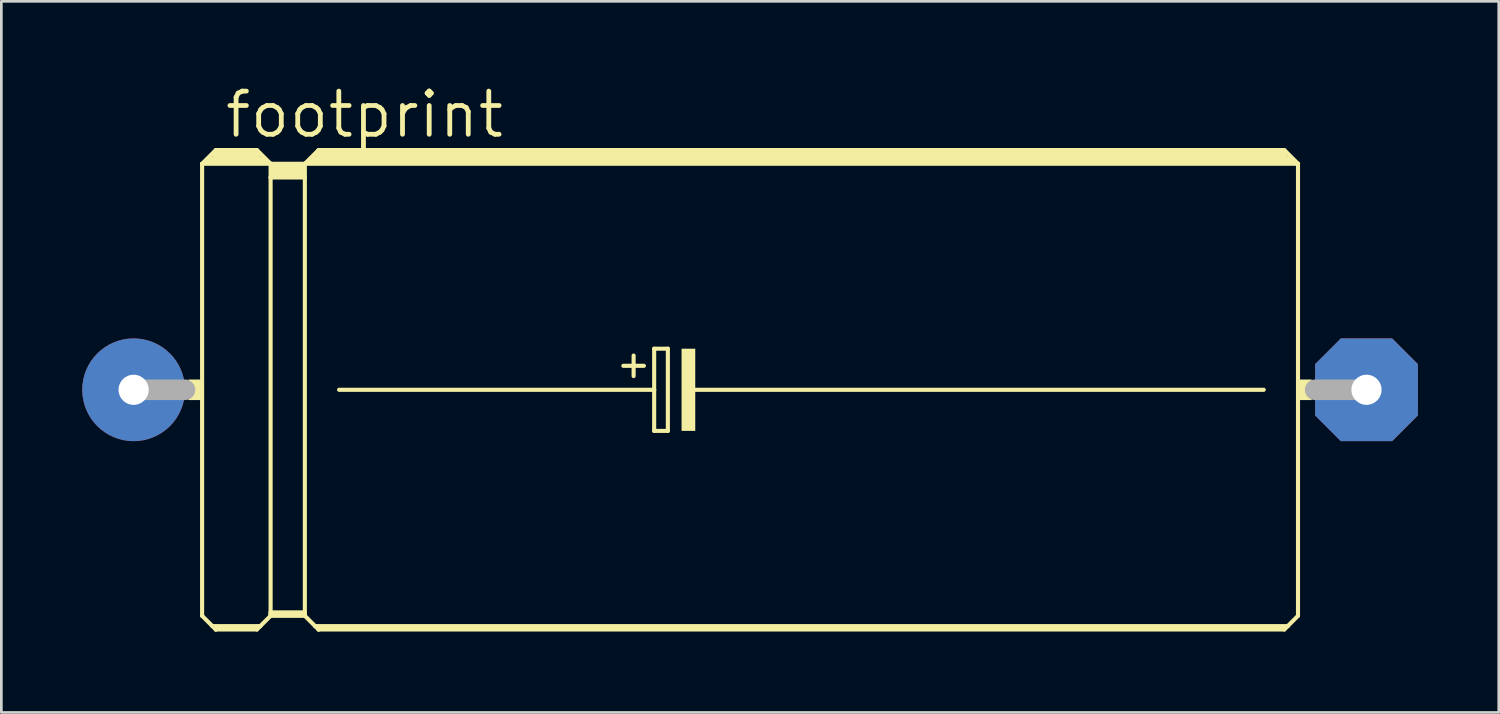
<source format=kicad_pcb>
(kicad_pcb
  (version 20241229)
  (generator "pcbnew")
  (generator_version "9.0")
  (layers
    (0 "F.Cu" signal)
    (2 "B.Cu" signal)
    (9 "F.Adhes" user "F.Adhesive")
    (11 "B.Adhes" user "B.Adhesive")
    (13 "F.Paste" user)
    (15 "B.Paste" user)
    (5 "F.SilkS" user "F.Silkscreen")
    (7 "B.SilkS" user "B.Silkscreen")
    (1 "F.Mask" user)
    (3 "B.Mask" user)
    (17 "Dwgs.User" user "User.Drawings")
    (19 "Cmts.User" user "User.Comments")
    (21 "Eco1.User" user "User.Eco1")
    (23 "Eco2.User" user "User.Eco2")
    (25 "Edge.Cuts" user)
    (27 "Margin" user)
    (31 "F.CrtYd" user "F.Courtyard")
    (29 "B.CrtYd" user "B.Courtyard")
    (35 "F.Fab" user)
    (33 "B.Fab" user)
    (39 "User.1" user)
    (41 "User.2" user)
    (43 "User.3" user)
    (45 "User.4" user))
  (footprint "footprint"
    (layer "F.Cu")
    (at 24.765 11.405)
    (property "Reference" "footprint" (at -19.558 -9.271 0) (layer "F.SilkS") (effects (font (size 1.6 1.6) (thickness 0.178)) (justify left bottom)))
    (fp_line (start -20.32 -8.382) (end -20.32 8.382) (stroke (width 0.152) (type solid)) (layer "F.SilkS"))
    (fp_line (start -20.32 -8.382) (end -19.812 -8.89) (stroke (width 0.152) (type solid)) (layer "F.SilkS"))
    (fp_line (start -20.32 -8.382) (end -17.78 -8.382) (stroke (width 0.152) (type solid)) (layer "F.SilkS"))
    (fp_line (start -20.32 8.382) (end -19.939 8.763) (stroke (width 0.152) (type solid)) (layer "F.SilkS"))
    (fp_line (start -20.066 -8.509) (end -18.034 -8.509) (stroke (width 0.305) (type solid)) (layer "F.SilkS"))
    (fp_line (start -19.939 8.763) (end -19.812 8.89) (stroke (width 0.152) (type solid)) (layer "F.SilkS"))
    (fp_line (start -19.939 8.763) (end -18.161 8.763) (stroke (width 0.152) (type solid)) (layer "F.SilkS"))
    (fp_line (start -19.812 -8.89) (end -18.288 -8.89) (stroke (width 0.152) (type solid)) (layer "F.SilkS"))
    (fp_line (start -19.812 -8.763) (end -18.288 -8.763) (stroke (width 0.305) (type solid)) (layer "F.SilkS"))
    (fp_line (start -19.812 8.839) (end -18.288 8.839) (stroke (width 0.152) (type solid)) (layer "F.SilkS"))
    (fp_line (start -19.812 8.89) (end -19.812 8.839) (stroke (width 0.152) (type solid)) (layer "F.SilkS"))
    (fp_line (start -19.812 8.89) (end -18.288 8.89) (stroke (width 0.152) (type solid)) (layer "F.SilkS"))
    (fp_line (start -18.288 -8.89) (end -17.78 -8.382) (stroke (width 0.152) (type solid)) (layer "F.SilkS"))
    (fp_line (start -18.288 8.89) (end -18.161 8.763) (stroke (width 0.152) (type solid)) (layer "F.SilkS"))
    (fp_line (start -18.161 8.763) (end -17.78 8.382) (stroke (width 0.152) (type solid)) (layer "F.SilkS"))
    (fp_line (start -17.78 -8.382) (end -16.51 -8.382) (stroke (width 0.152) (type solid)) (layer "F.SilkS"))
    (fp_line (start -17.78 -7.874) (end -17.78 -8.382) (stroke (width 0.152) (type solid)) (layer "F.SilkS"))
    (fp_line (start -17.78 -7.874) (end -16.51 -7.874) (stroke (width 0.152) (type solid)) (layer "F.SilkS"))
    (fp_line (start -17.78 8.255) (end -17.78 -7.874) (stroke (width 0.152) (type solid)) (layer "F.SilkS"))
    (fp_line (start -17.78 8.255) (end -16.51 8.255) (stroke (width 0.152) (type solid)) (layer "F.SilkS"))
    (fp_line (start -17.78 8.331) (end -17.78 8.255) (stroke (width 0.152) (type solid)) (layer "F.SilkS"))
    (fp_line (start -17.78 8.331) (end -16.51 8.331) (stroke (width 0.152) (type solid)) (layer "F.SilkS"))
    (fp_line (start -17.78 8.382) (end -17.78 8.331) (stroke (width 0.152) (type solid)) (layer "F.SilkS"))
    (fp_line (start -17.78 8.382) (end -16.51 8.382) (stroke (width 0.152) (type solid)) (layer "F.SilkS"))
    (fp_line (start -17.653 -8.255) (end -16.637 -8.255) (stroke (width 0.305) (type solid)) (layer "F.SilkS"))
    (fp_line (start -17.653 -8.001) (end -16.637 -8.001) (stroke (width 0.305) (type solid)) (layer "F.SilkS"))
    (fp_line (start -16.51 -8.382) (end -16.002 -8.89) (stroke (width 0.152) (type solid)) (layer "F.SilkS"))
    (fp_line (start -16.51 -8.382) (end 20.32 -8.382) (stroke (width 0.152) (type solid)) (layer "F.SilkS"))
    (fp_line (start -16.51 -7.874) (end -16.51 -8.382) (stroke (width 0.152) (type solid)) (layer "F.SilkS"))
    (fp_line (start -16.51 8.255) (end -16.51 -7.874) (stroke (width 0.152) (type solid)) (layer "F.SilkS"))
    (fp_line (start -16.51 8.331) (end -16.51 8.255) (stroke (width 0.152) (type solid)) (layer "F.SilkS"))
    (fp_line (start -16.51 8.382) (end -16.51 8.331) (stroke (width 0.152) (type solid)) (layer "F.SilkS"))
    (fp_line (start -16.51 8.382) (end -16.129 8.763) (stroke (width 0.152) (type solid)) (layer "F.SilkS"))
    (fp_line (start -16.256 -8.509) (end 20.066 -8.509) (stroke (width 0.305) (type solid)) (layer "F.SilkS"))
    (fp_line (start -16.129 8.763) (end -16.002 8.89) (stroke (width 0.152) (type solid)) (layer "F.SilkS"))
    (fp_line (start -16.129 8.763) (end 19.939 8.763) (stroke (width 0.152) (type solid)) (layer "F.SilkS"))
    (fp_line (start -16.002 -8.89) (end 19.812 -8.89) (stroke (width 0.152) (type solid)) (layer "F.SilkS"))
    (fp_line (start -16.002 -8.763) (end 19.812 -8.763) (stroke (width 0.305) (type solid)) (layer "F.SilkS"))
    (fp_line (start -16.002 8.839) (end 19.812 8.839) (stroke (width 0.152) (type solid)) (layer "F.SilkS"))
    (fp_line (start -16.002 8.89) (end -16.002 8.839) (stroke (width 0.152) (type solid)) (layer "F.SilkS"))
    (fp_line (start -16.002 8.89) (end 19.812 8.89) (stroke (width 0.152) (type solid)) (layer "F.SilkS"))
    (fp_line (start -15.24 0) (end -3.556 0) (stroke (width 0.152) (type solid)) (layer "F.SilkS"))
    (fp_line (start -4.699 -0.889) (end -3.937 -0.889) (stroke (width 0.152) (type solid)) (layer "F.SilkS"))
    (fp_line (start -4.318 -1.27) (end -4.318 -0.508) (stroke (width 0.152) (type solid)) (layer "F.SilkS"))
    (fp_line (start -3.556 -1.524) (end -3.556 0) (stroke (width 0.152) (type solid)) (layer "F.SilkS"))
    (fp_line (start -3.556 0) (end -3.556 1.524) (stroke (width 0.152) (type solid)) (layer "F.SilkS"))
    (fp_line (start -3.556 1.524) (end -3.048 1.524) (stroke (width 0.152) (type solid)) (layer "F.SilkS"))
    (fp_line (start -3.048 -1.524) (end -3.556 -1.524) (stroke (width 0.152) (type solid)) (layer "F.SilkS"))
    (fp_line (start -3.048 1.524) (end -3.048 -1.524) (stroke (width 0.152) (type solid)) (layer "F.SilkS"))
    (fp_line (start -2.159 0) (end 19.05 0) (stroke (width 0.152) (type solid)) (layer "F.SilkS"))
    (fp_line (start 19.812 -8.89) (end 20.32 -8.382) (stroke (width 0.152) (type solid)) (layer "F.SilkS"))
    (fp_line (start 19.812 8.89) (end 19.939 8.763) (stroke (width 0.152) (type solid)) (layer "F.SilkS"))
    (fp_line (start 19.939 8.763) (end 20.32 8.382) (stroke (width 0.152) (type solid)) (layer "F.SilkS"))
    (fp_line (start 20.32 -8.382) (end 20.32 8.382) (stroke (width 0.152) (type solid)) (layer "F.SilkS"))
    (fp_poly (pts (xy -20.828 0.381) (xy -20.32 0.381) (xy -20.32 -0.381) (xy -20.828 -0.381)) (stroke (width 0) (type solid)) (fill yes) (layer "F.SilkS"))
    (fp_poly (pts (xy -2.54 1.524) (xy -2.032 1.524) (xy -2.032 -1.524) (xy -2.54 -1.524)) (stroke (width 0) (type solid)) (fill yes) (layer "F.SilkS"))
    (fp_poly (pts (xy 20.32 0.381) (xy 20.828 0.381) (xy 20.828 -0.381) (xy 20.32 -0.381)) (stroke (width 0) (type solid)) (fill yes) (layer "F.SilkS"))
    (fp_line (start -22.86 0) (end -20.955 0) (stroke (width 0.762) (type solid)) (layer "F.Fab"))
    (fp_line (start 22.86 0) (end 20.955 0) (stroke (width 0.762) (type solid)) (layer "F.Fab"))
    (pad "+" thru_hole circle (at -22.86 0) (size 3.81 3.81) (drill 1.118) (layers "*.Cu" "*.Mask"))
    (pad "-" thru_hole roundrect (at 22.86 0) (size 3.81 3.81) (drill 1.118) (layers "*.Cu" "*.Mask") (roundrect_rratio 0.25) (chamfer_ratio 0.25) (chamfer top_left top_right bottom_left bottom_right)))
  (gr_rect
    (start -3 -3)
    (end 52.53 23.371)
    (stroke (width 0.1) (type default))
    (fill no)
    (layer "Edge.Cuts")))
</source>
